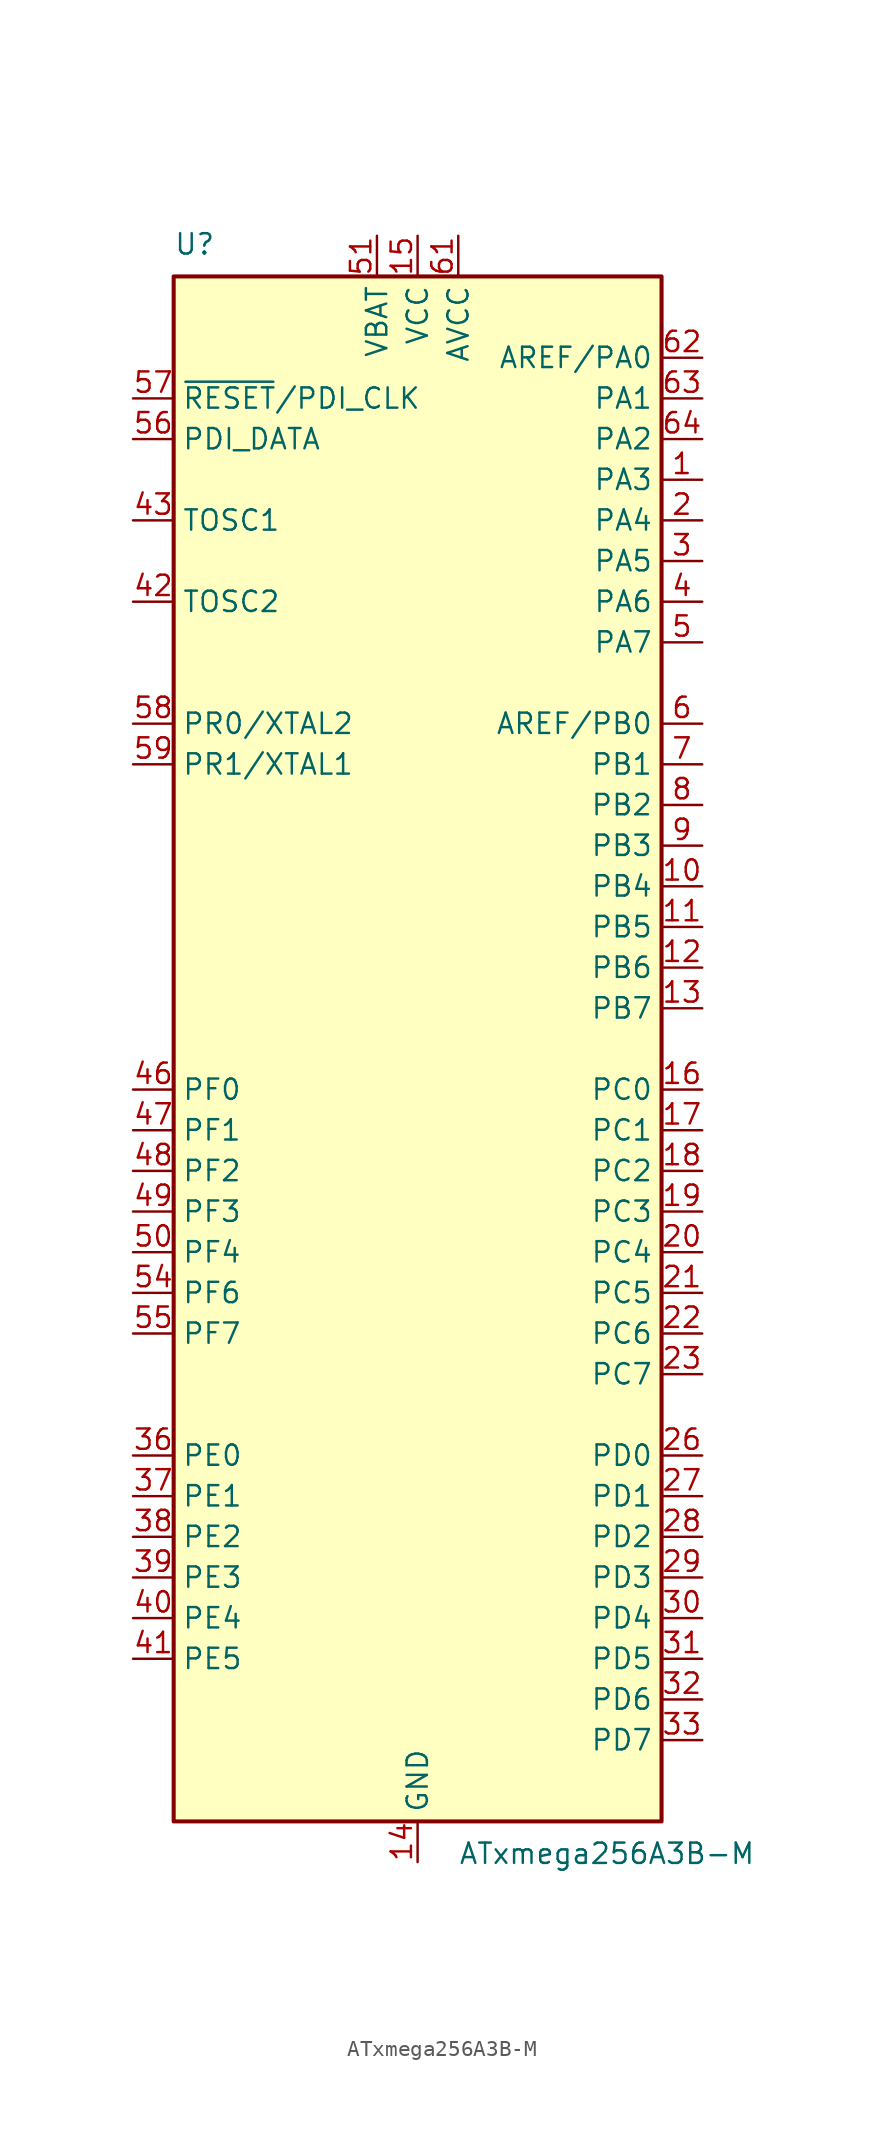
<source format=kicad_sym>
(kicad_symbol_lib
  (version 20241209)
  (generator "kicad_symbol_editor")
  (generator_version "9.0")
  (symbol "ATxmega256A3B-M"
    (property "Reference" "U"
      (at -15.24 49.53 0)
      (effects (font (size 1.27 1.27)) (justify left bottom)))
    (property "Value" "ATxmega256A3B-M"
      (at 2.54 -49.53 0)
      (effects (font (size 1.27 1.27)) (justify left top)))
    (symbol "ATxmega256A3B-M_0_1"
      (rectangle (start -15.24 -48.26) (end 15.24 48.26) (stroke (width 0.254) (type default)) (fill (type background))))
    (symbol "ATxmega256A3B-M_1_1"
      (pin input line (at -17.78 40.64 0) (length 2.54) (name "~{RESET}/PDI_CLK" (effects (font (size 1.27 1.27)))) (number "57" (effects (font (size 1.27 1.27)))))
      (pin bidirectional line (at -17.78 38.1 0) (length 2.54) (name "PDI_DATA" (effects (font (size 1.27 1.27)))) (number "56" (effects (font (size 1.27 1.27)))))
      (pin input line (at -17.78 33.02 0) (length 2.54) (name "TOSC1" (effects (font (size 1.27 1.27)))) (number "43" (effects (font (size 1.27 1.27)))))
      (pin passive line (at -17.78 27.94 0) (length 2.54) (name "TOSC2" (effects (font (size 1.27 1.27)))) (number "42" (effects (font (size 1.27 1.27)))))
      (pin bidirectional line (at -17.78 20.32 0) (length 2.54) (name "PR0/XTAL2" (effects (font (size 1.27 1.27)))) (number "58" (effects (font (size 1.27 1.27)))))
      (pin bidirectional line (at -17.78 17.78 0) (length 2.54) (name "PR1/XTAL1" (effects (font (size 1.27 1.27)))) (number "59" (effects (font (size 1.27 1.27)))))
      (pin bidirectional line (at -17.78 -2.54 0) (length 2.54) (name "PF0" (effects (font (size 1.27 1.27)))) (number "46" (effects (font (size 1.27 1.27)))))
      (pin bidirectional line (at -17.78 -5.08 0) (length 2.54) (name "PF1" (effects (font (size 1.27 1.27)))) (number "47" (effects (font (size 1.27 1.27)))))
      (pin bidirectional line (at -17.78 -7.62 0) (length 2.54) (name "PF2" (effects (font (size 1.27 1.27)))) (number "48" (effects (font (size 1.27 1.27)))))
      (pin bidirectional line (at -17.78 -10.16 0) (length 2.54) (name "PF3" (effects (font (size 1.27 1.27)))) (number "49" (effects (font (size 1.27 1.27)))))
      (pin bidirectional line (at -17.78 -12.7 0) (length 2.54) (name "PF4" (effects (font (size 1.27 1.27)))) (number "50" (effects (font (size 1.27 1.27)))))
      (pin bidirectional line (at -17.78 -15.24 0) (length 2.54) (name "PF6" (effects (font (size 1.27 1.27)))) (number "54" (effects (font (size 1.27 1.27)))))
      (pin bidirectional line (at -17.78 -17.78 0) (length 2.54) (name "PF7" (effects (font (size 1.27 1.27)))) (number "55" (effects (font (size 1.27 1.27)))))
      (pin bidirectional line (at -17.78 -25.4 0) (length 2.54) (name "PE0" (effects (font (size 1.27 1.27)))) (number "36" (effects (font (size 1.27 1.27)))))
      (pin bidirectional line (at -17.78 -27.94 0) (length 2.54) (name "PE1" (effects (font (size 1.27 1.27)))) (number "37" (effects (font (size 1.27 1.27)))))
      (pin bidirectional line (at -17.78 -30.48 0) (length 2.54) (name "PE2" (effects (font (size 1.27 1.27)))) (number "38" (effects (font (size 1.27 1.27)))))
      (pin bidirectional line (at -17.78 -33.02 0) (length 2.54) (name "PE3" (effects (font (size 1.27 1.27)))) (number "39" (effects (font (size 1.27 1.27)))))
      (pin bidirectional line (at -17.78 -35.56 0) (length 2.54) (name "PE4" (effects (font (size 1.27 1.27)))) (number "40" (effects (font (size 1.27 1.27)))))
      (pin bidirectional line (at -17.78 -38.1 0) (length 2.54) (name "PE5" (effects (font (size 1.27 1.27)))) (number "41" (effects (font (size 1.27 1.27)))))
      (pin power_in line (at -2.54 50.8 270) (length 2.54) (name "VBAT" (effects (font (size 1.27 1.27)))) (number "51" (effects (font (size 1.27 1.27)))))
      (pin power_in line (at 0 50.8 270) (length 2.54) (name "VCC" (effects (font (size 1.27 1.27)))) (number "15" (effects (font (size 1.27 1.27)))))
      (pin passive line (at 0 50.8 270) (length 2.54) (hide yes) (name "VCC" (effects (font (size 1.27 1.27)))) (number "25" (effects (font (size 1.27 1.27)))))
      (pin passive line (at 0 50.8 270) (length 2.54) (hide yes) (name "VCC" (effects (font (size 1.27 1.27)))) (number "35" (effects (font (size 1.27 1.27)))))
      (pin passive line (at 0 50.8 270) (length 2.54) (hide yes) (name "VCC" (effects (font (size 1.27 1.27)))) (number "45" (effects (font (size 1.27 1.27)))))
      (pin passive line (at 0 50.8 270) (length 2.54) (hide yes) (name "VCC" (effects (font (size 1.27 1.27)))) (number "53" (effects (font (size 1.27 1.27)))))
      (pin power_in line (at 0 -50.8 90) (length 2.54) (name "GND" (effects (font (size 1.27 1.27)))) (number "14" (effects (font (size 1.27 1.27)))))
      (pin passive line (at 0 -50.8 90) (length 2.54) (hide yes) (name "GND" (effects (font (size 1.27 1.27)))) (number "24" (effects (font (size 1.27 1.27)))))
      (pin passive line (at 0 -50.8 90) (length 2.54) (hide yes) (name "GND" (effects (font (size 1.27 1.27)))) (number "34" (effects (font (size 1.27 1.27)))))
      (pin passive line (at 0 -50.8 90) (length 2.54) (hide yes) (name "GND" (effects (font (size 1.27 1.27)))) (number "44" (effects (font (size 1.27 1.27)))))
      (pin passive line (at 0 -50.8 90) (length 2.54) (hide yes) (name "GND" (effects (font (size 1.27 1.27)))) (number "52" (effects (font (size 1.27 1.27)))))
      (pin passive line (at 0 -50.8 90) (length 2.54) (hide yes) (name "GND" (effects (font (size 1.27 1.27)))) (number "60" (effects (font (size 1.27 1.27)))))
      (pin passive line (at 0 -50.8 90) (length 2.54) (hide yes) (name "GND" (effects (font (size 1.27 1.27)))) (number "65" (effects (font (size 1.27 1.27)))))
      (pin power_in line (at 2.54 50.8 270) (length 2.54) (name "AVCC" (effects (font (size 1.27 1.27)))) (number "61" (effects (font (size 1.27 1.27)))))
      (pin bidirectional line (at 17.78 43.18 180) (length 2.54) (name "AREF/PA0" (effects (font (size 1.27 1.27)))) (number "62" (effects (font (size 1.27 1.27)))))
      (pin bidirectional line (at 17.78 40.64 180) (length 2.54) (name "PA1" (effects (font (size 1.27 1.27)))) (number "63" (effects (font (size 1.27 1.27)))))
      (pin bidirectional line (at 17.78 38.1 180) (length 2.54) (name "PA2" (effects (font (size 1.27 1.27)))) (number "64" (effects (font (size 1.27 1.27)))))
      (pin bidirectional line (at 17.78 35.56 180) (length 2.54) (name "PA3" (effects (font (size 1.27 1.27)))) (number "1" (effects (font (size 1.27 1.27)))))
      (pin bidirectional line (at 17.78 33.02 180) (length 2.54) (name "PA4" (effects (font (size 1.27 1.27)))) (number "2" (effects (font (size 1.27 1.27)))))
      (pin bidirectional line (at 17.78 30.48 180) (length 2.54) (name "PA5" (effects (font (size 1.27 1.27)))) (number "3" (effects (font (size 1.27 1.27)))))
      (pin bidirectional line (at 17.78 27.94 180) (length 2.54) (name "PA6" (effects (font (size 1.27 1.27)))) (number "4" (effects (font (size 1.27 1.27)))))
      (pin bidirectional line (at 17.78 25.4 180) (length 2.54) (name "PA7" (effects (font (size 1.27 1.27)))) (number "5" (effects (font (size 1.27 1.27)))))
      (pin bidirectional line (at 17.78 20.32 180) (length 2.54) (name "AREF/PB0" (effects (font (size 1.27 1.27)))) (number "6" (effects (font (size 1.27 1.27)))))
      (pin bidirectional line (at 17.78 17.78 180) (length 2.54) (name "PB1" (effects (font (size 1.27 1.27)))) (number "7" (effects (font (size 1.27 1.27)))))
      (pin bidirectional line (at 17.78 15.24 180) (length 2.54) (name "PB2" (effects (font (size 1.27 1.27)))) (number "8" (effects (font (size 1.27 1.27)))))
      (pin bidirectional line (at 17.78 12.7 180) (length 2.54) (name "PB3" (effects (font (size 1.27 1.27)))) (number "9" (effects (font (size 1.27 1.27)))))
      (pin bidirectional line (at 17.78 10.16 180) (length 2.54) (name "PB4" (effects (font (size 1.27 1.27)))) (number "10" (effects (font (size 1.27 1.27)))))
      (pin bidirectional line (at 17.78 7.62 180) (length 2.54) (name "PB5" (effects (font (size 1.27 1.27)))) (number "11" (effects (font (size 1.27 1.27)))))
      (pin bidirectional line (at 17.78 5.08 180) (length 2.54) (name "PB6" (effects (font (size 1.27 1.27)))) (number "12" (effects (font (size 1.27 1.27)))))
      (pin bidirectional line (at 17.78 2.54 180) (length 2.54) (name "PB7" (effects (font (size 1.27 1.27)))) (number "13" (effects (font (size 1.27 1.27)))))
      (pin bidirectional line (at 17.78 -2.54 180) (length 2.54) (name "PC0" (effects (font (size 1.27 1.27)))) (number "16" (effects (font (size 1.27 1.27)))))
      (pin bidirectional line (at 17.78 -5.08 180) (length 2.54) (name "PC1" (effects (font (size 1.27 1.27)))) (number "17" (effects (font (size 1.27 1.27)))))
      (pin bidirectional line (at 17.78 -7.62 180) (length 2.54) (name "PC2" (effects (font (size 1.27 1.27)))) (number "18" (effects (font (size 1.27 1.27)))))
      (pin bidirectional line (at 17.78 -10.16 180) (length 2.54) (name "PC3" (effects (font (size 1.27 1.27)))) (number "19" (effects (font (size 1.27 1.27)))))
      (pin bidirectional line (at 17.78 -12.7 180) (length 2.54) (name "PC4" (effects (font (size 1.27 1.27)))) (number "20" (effects (font (size 1.27 1.27)))))
      (pin bidirectional line (at 17.78 -15.24 180) (length 2.54) (name "PC5" (effects (font (size 1.27 1.27)))) (number "21" (effects (font (size 1.27 1.27)))))
      (pin bidirectional line (at 17.78 -17.78 180) (length 2.54) (name "PC6" (effects (font (size 1.27 1.27)))) (number "22" (effects (font (size 1.27 1.27)))))
      (pin bidirectional line (at 17.78 -20.32 180) (length 2.54) (name "PC7" (effects (font (size 1.27 1.27)))) (number "23" (effects (font (size 1.27 1.27)))))
      (pin bidirectional line (at 17.78 -25.4 180) (length 2.54) (name "PD0" (effects (font (size 1.27 1.27)))) (number "26" (effects (font (size 1.27 1.27)))))
      (pin bidirectional line (at 17.78 -27.94 180) (length 2.54) (name "PD1" (effects (font (size 1.27 1.27)))) (number "27" (effects (font (size 1.27 1.27)))))
      (pin bidirectional line (at 17.78 -30.48 180) (length 2.54) (name "PD2" (effects (font (size 1.27 1.27)))) (number "28" (effects (font (size 1.27 1.27)))))
      (pin bidirectional line (at 17.78 -33.02 180) (length 2.54) (name "PD3" (effects (font (size 1.27 1.27)))) (number "29" (effects (font (size 1.27 1.27)))))
      (pin bidirectional line (at 17.78 -35.56 180) (length 2.54) (name "PD4" (effects (font (size 1.27 1.27)))) (number "30" (effects (font (size 1.27 1.27)))))
      (pin bidirectional line (at 17.78 -38.1 180) (length 2.54) (name "PD5" (effects (font (size 1.27 1.27)))) (number "31" (effects (font (size 1.27 1.27)))))
      (pin bidirectional line (at 17.78 -40.64 180) (length 2.54) (name "PD6" (effects (font (size 1.27 1.27)))) (number "32" (effects (font (size 1.27 1.27)))))
      (pin bidirectional line (at 17.78 -43.18 180) (length 2.54) (name "PD7" (effects (font (size 1.27 1.27)))) (number "33" (effects (font (size 1.27 1.27))))))))
</source>
